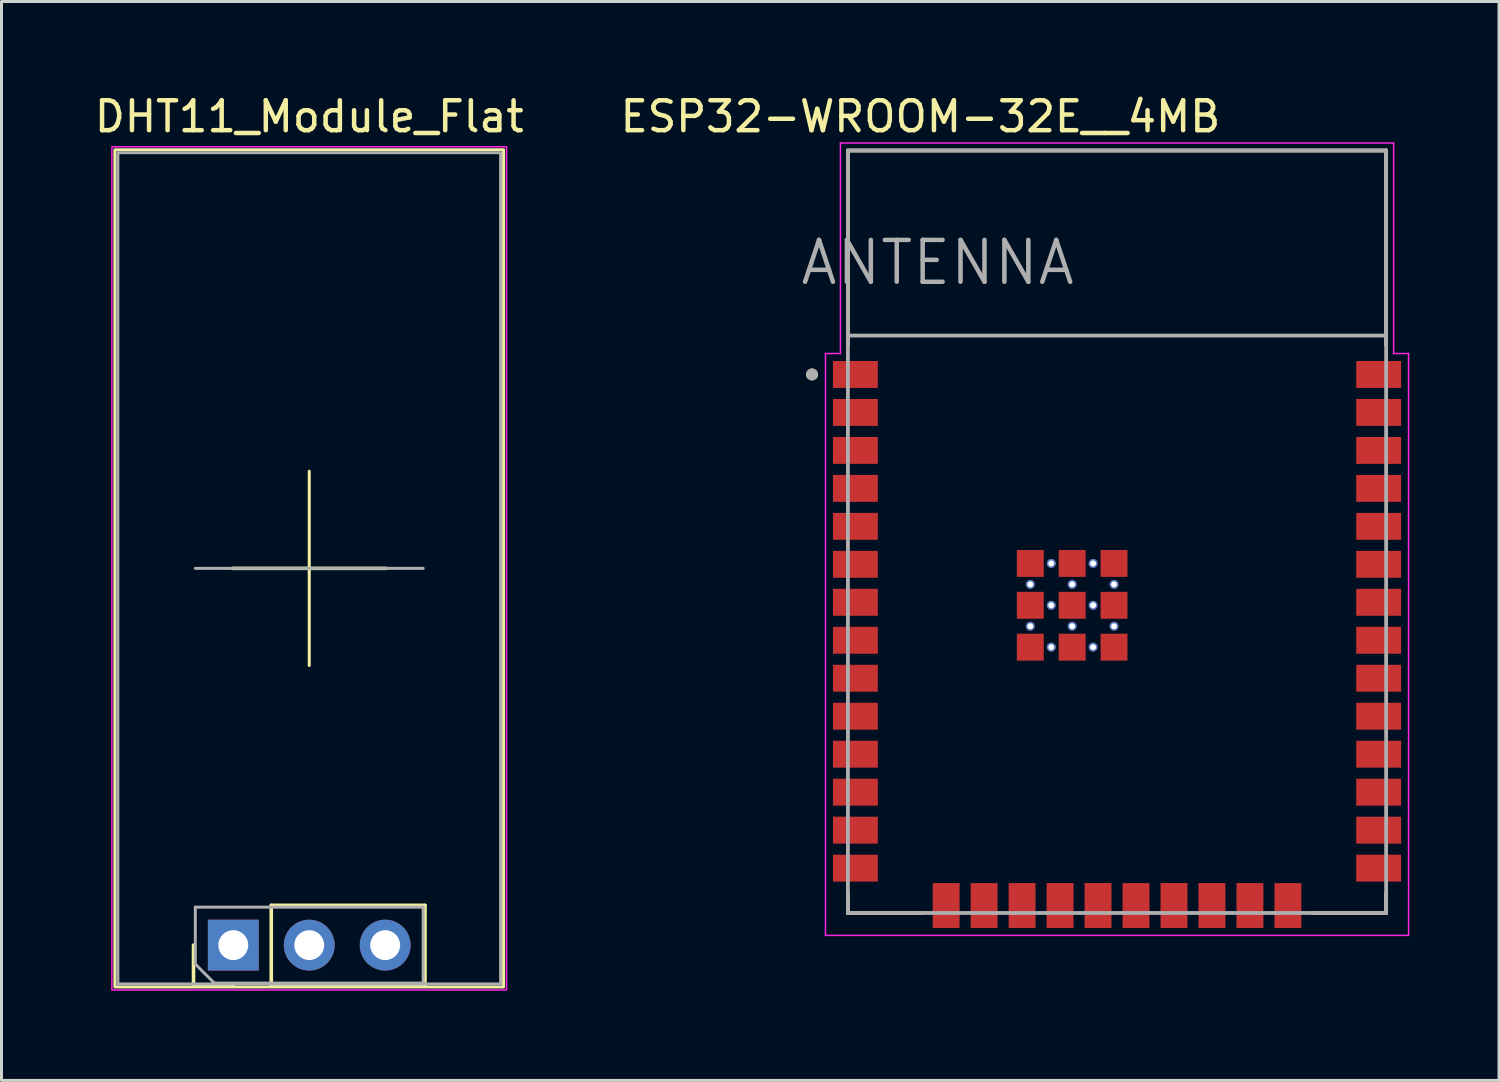
<source format=kicad_pcb>
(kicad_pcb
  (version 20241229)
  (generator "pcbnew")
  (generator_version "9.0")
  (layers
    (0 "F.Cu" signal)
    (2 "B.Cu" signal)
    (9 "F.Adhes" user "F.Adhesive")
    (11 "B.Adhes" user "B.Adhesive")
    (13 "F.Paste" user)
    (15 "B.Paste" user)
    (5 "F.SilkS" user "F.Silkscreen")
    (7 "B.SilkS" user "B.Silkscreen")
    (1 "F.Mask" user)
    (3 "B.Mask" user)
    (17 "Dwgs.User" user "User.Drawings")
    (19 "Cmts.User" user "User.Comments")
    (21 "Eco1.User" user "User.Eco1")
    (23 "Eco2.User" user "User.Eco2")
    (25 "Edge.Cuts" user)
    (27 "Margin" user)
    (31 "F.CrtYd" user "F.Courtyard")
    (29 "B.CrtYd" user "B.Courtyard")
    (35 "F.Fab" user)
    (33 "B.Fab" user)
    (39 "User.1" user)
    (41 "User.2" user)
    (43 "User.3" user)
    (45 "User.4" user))
  (footprint "ESP32-WROOM-32E__4MB"
    (layer "F.Cu")
    (at 34.307 14.733)
    (property "Reference" "ESP32-WROOM-32E__4MB" (at -6.575 -13.885 0) (layer "F.SilkS") (effects (font (size 1 1) (thickness 0.15))))
    (attr smd)
    (fp_line (start -9 -12.75) (end 9 -12.75) (stroke (width 0.127) (type solid)) (layer "F.SilkS"))
    (fp_line (start -9 -6.25) (end -9 -12.75) (stroke (width 0.127) (type solid)) (layer "F.SilkS"))
    (fp_line (start -9 12.1) (end -9 12.75) (stroke (width 0.127) (type solid)) (layer "F.SilkS"))
    (fp_line (start -9 12.75) (end -6.55 12.75) (stroke (width 0.127) (type solid)) (layer "F.SilkS"))
    (fp_line (start 6.55 12.75) (end 9 12.75) (stroke (width 0.127) (type solid)) (layer "F.SilkS"))
    (fp_line (start 9 -12.75) (end 9 -6.25) (stroke (width 0.127) (type solid)) (layer "F.SilkS"))
    (fp_line (start 9 12.75) (end 9 12.1) (stroke (width 0.127) (type solid)) (layer "F.SilkS"))
    (fp_circle (center -10.2 -5.26) (end -10.1 -5.26) (stroke (width 0.2) (type solid)) (fill no) (layer "F.SilkS"))
    (fp_line (start -9.75 -5.96) (end -9.25 -5.96) (stroke (width 0.05) (type solid)) (layer "F.CrtYd"))
    (fp_line (start -9.75 13.5) (end -9.75 -5.96) (stroke (width 0.05) (type solid)) (layer "F.CrtYd"))
    (fp_line (start -9.25 -13) (end 9.25 -13) (stroke (width 0.05) (type solid)) (layer "F.CrtYd"))
    (fp_line (start -9.25 -5.96) (end -9.25 -13) (stroke (width 0.05) (type solid)) (layer "F.CrtYd"))
    (fp_line (start 9.25 -13) (end 9.25 -5.96) (stroke (width 0.05) (type solid)) (layer "F.CrtYd"))
    (fp_line (start 9.25 -5.96) (end 9.75 -5.96) (stroke (width 0.05) (type solid)) (layer "F.CrtYd"))
    (fp_line (start 9.75 -5.96) (end 9.75 13.5) (stroke (width 0.05) (type solid)) (layer "F.CrtYd"))
    (fp_line (start 9.75 13.5) (end -9.75 13.5) (stroke (width 0.05) (type solid)) (layer "F.CrtYd"))
    (fp_line (start -9 -12.75) (end -9 -6.56) (stroke (width 0.127) (type solid)) (layer "F.Fab"))
    (fp_line (start -9 -12.75) (end 9 -12.75) (stroke (width 0.127) (type solid)) (layer "F.Fab"))
    (fp_line (start -9 -6.56) (end 9 -6.56) (stroke (width 0.127) (type solid)) (layer "F.Fab"))
    (fp_line (start -9 12.75) (end -9 -6.56) (stroke (width 0.127) (type solid)) (layer "F.Fab"))
    (fp_line (start 9 -12.75) (end 9 -6.56) (stroke (width 0.127) (type solid)) (layer "F.Fab"))
    (fp_line (start 9 -6.56) (end 9 12.75) (stroke (width 0.127) (type solid)) (layer "F.Fab"))
    (fp_line (start 9 12.75) (end -9 12.75) (stroke (width 0.127) (type solid)) (layer "F.Fab"))
    (fp_circle (center -10.2 -5.26) (end -10.1 -5.26) (stroke (width 0.2) (type solid)) (fill no) (layer "F.Fab"))
    (fp_text user "ANTENNA" (at -6 -9 0) (layer "F.Fab") (effects (font (size 1.4 1.4) (thickness 0.15))))
    (pad "1" smd rect (at -8.75 -5.26) (size 1.5 0.9) (layers "F.Cu" "F.Mask" "F.Paste"))
    (pad "2" smd rect (at -8.75 -3.99) (size 1.5 0.9) (layers "F.Cu" "F.Mask" "F.Paste"))
    (pad "3" smd rect (at -8.75 -2.72) (size 1.5 0.9) (layers "F.Cu" "F.Mask" "F.Paste"))
    (pad "4" smd rect (at -8.75 -1.45) (size 1.5 0.9) (layers "F.Cu" "F.Mask" "F.Paste"))
    (pad "5" smd rect (at -8.75 -0.18) (size 1.5 0.9) (layers "F.Cu" "F.Mask" "F.Paste"))
    (pad "6" smd rect (at -8.75 1.09) (size 1.5 0.9) (layers "F.Cu" "F.Mask" "F.Paste"))
    (pad "7" smd rect (at -8.75 2.36) (size 1.5 0.9) (layers "F.Cu" "F.Mask" "F.Paste"))
    (pad "8" smd rect (at -8.75 3.63) (size 1.5 0.9) (layers "F.Cu" "F.Mask" "F.Paste"))
    (pad "9" smd rect (at -8.75 4.9) (size 1.5 0.9) (layers "F.Cu" "F.Mask" "F.Paste"))
    (pad "10" smd rect (at -8.75 6.17) (size 1.5 0.9) (layers "F.Cu" "F.Mask" "F.Paste"))
    (pad "11" smd rect (at -8.75 7.44) (size 1.5 0.9) (layers "F.Cu" "F.Mask" "F.Paste"))
    (pad "12" smd rect (at -8.75 8.71) (size 1.5 0.9) (layers "F.Cu" "F.Mask" "F.Paste"))
    (pad "13" smd rect (at -8.75 9.98) (size 1.5 0.9) (layers "F.Cu" "F.Mask" "F.Paste"))
    (pad "14" smd rect (at -8.75 11.25) (size 1.5 0.9) (layers "F.Cu" "F.Mask" "F.Paste"))
    (pad "15" smd rect (at -5.715 12.5) (size 0.9 1.5) (layers "F.Cu" "F.Mask" "F.Paste"))
    (pad "16" smd rect (at -4.445 12.5) (size 0.9 1.5) (layers "F.Cu" "F.Mask" "F.Paste"))
    (pad "17" smd rect (at -3.175 12.5) (size 0.9 1.5) (layers "F.Cu" "F.Mask" "F.Paste"))
    (pad "18" smd rect (at -1.905 12.5) (size 0.9 1.5) (layers "F.Cu" "F.Mask" "F.Paste"))
    (pad "19" smd rect (at -0.635 12.5) (size 0.9 1.5) (layers "F.Cu" "F.Mask" "F.Paste"))
    (pad "20" smd rect (at 0.635 12.5) (size 0.9 1.5) (layers "F.Cu" "F.Mask" "F.Paste"))
    (pad "21" smd rect (at 1.905 12.5) (size 0.9 1.5) (layers "F.Cu" "F.Mask" "F.Paste"))
    (pad "22" smd rect (at 3.175 12.5) (size 0.9 1.5) (layers "F.Cu" "F.Mask" "F.Paste"))
    (pad "23" smd rect (at 4.445 12.5) (size 0.9 1.5) (layers "F.Cu" "F.Mask" "F.Paste"))
    (pad "24" smd rect (at 5.715 12.5) (size 0.9 1.5) (layers "F.Cu" "F.Mask" "F.Paste"))
    (pad "25" smd rect (at 8.75 11.25) (size 1.5 0.9) (layers "F.Cu" "F.Mask" "F.Paste"))
    (pad "26" smd rect (at 8.75 9.98) (size 1.5 0.9) (layers "F.Cu" "F.Mask" "F.Paste"))
    (pad "27" smd rect (at 8.75 8.71) (size 1.5 0.9) (layers "F.Cu" "F.Mask" "F.Paste"))
    (pad "28" smd rect (at 8.75 7.44) (size 1.5 0.9) (layers "F.Cu" "F.Mask" "F.Paste"))
    (pad "29" smd rect (at 8.75 6.17) (size 1.5 0.9) (layers "F.Cu" "F.Mask" "F.Paste"))
    (pad "30" smd rect (at 8.75 4.9) (size 1.5 0.9) (layers "F.Cu" "F.Mask" "F.Paste"))
    (pad "31" smd rect (at 8.75 3.63) (size 1.5 0.9) (layers "F.Cu" "F.Mask" "F.Paste"))
    (pad "32" smd rect (at 8.75 2.36) (size 1.5 0.9) (layers "F.Cu" "F.Mask" "F.Paste"))
    (pad "33" smd rect (at 8.75 1.09) (size 1.5 0.9) (layers "F.Cu" "F.Mask" "F.Paste"))
    (pad "34" smd rect (at 8.75 -0.18) (size 1.5 0.9) (layers "F.Cu" "F.Mask" "F.Paste"))
    (pad "35" smd rect (at 8.75 -1.45) (size 1.5 0.9) (layers "F.Cu" "F.Mask" "F.Paste"))
    (pad "36" smd rect (at 8.75 -2.72) (size 1.5 0.9) (layers "F.Cu" "F.Mask" "F.Paste"))
    (pad "37" smd rect (at 8.75 -3.99) (size 1.5 0.9) (layers "F.Cu" "F.Mask" "F.Paste"))
    (pad "38" smd rect (at 8.75 -5.26) (size 1.5 0.9) (layers "F.Cu" "F.Mask" "F.Paste"))
    (pad "39_1" smd rect (at -2.9 1.06) (size 0.9 0.9) (layers "F.Cu" "F.Mask" "F.Paste"))
    (pad "39_2" smd rect (at -1.5 1.06) (size 0.9 0.9) (layers "F.Cu" "F.Mask" "F.Paste"))
    (pad "39_3" smd rect (at -0.1 1.06) (size 0.9 0.9) (layers "F.Cu" "F.Mask" "F.Paste"))
    (pad "39_4" smd rect (at -2.9 2.46) (size 0.9 0.9) (layers "F.Cu" "F.Mask" "F.Paste"))
    (pad "39_5" smd rect (at -1.5 2.46) (size 0.9 0.9) (layers "F.Cu" "F.Mask" "F.Paste"))
    (pad "39_6" smd rect (at -0.1 2.46) (size 0.9 0.9) (layers "F.Cu" "F.Mask" "F.Paste"))
    (pad "39_7" smd rect (at -2.9 3.86) (size 0.9 0.9) (layers "F.Cu" "F.Mask" "F.Paste"))
    (pad "39_8" smd rect (at -1.5 3.86) (size 0.9 0.9) (layers "F.Cu" "F.Mask" "F.Paste"))
    (pad "39_9" smd rect (at -0.1 3.86) (size 0.9 0.9) (layers "F.Cu" "F.Mask" "F.Paste"))
    (pad "39_10" thru_hole circle (at -2.2 1.06) (size 0.3 0.3) (drill 0.2) (layers "*.Cu"))
    (pad "39_11" thru_hole circle (at -0.8 1.06) (size 0.3 0.3) (drill 0.2) (layers "*.Cu"))
    (pad "39_12" thru_hole circle (at -2.9 1.76) (size 0.3 0.3) (drill 0.2) (layers "*.Cu"))
    (pad "39_13" thru_hole circle (at -1.5 1.76) (size 0.3 0.3) (drill 0.2) (layers "*.Cu"))
    (pad "39_14" thru_hole circle (at -0.1 1.76) (size 0.3 0.3) (drill 0.2) (layers "*.Cu"))
    (pad "39_15" thru_hole circle (at -2.2 2.46) (size 0.3 0.3) (drill 0.2) (layers "*.Cu"))
    (pad "39_16" thru_hole circle (at -0.8 2.46) (size 0.3 0.3) (drill 0.2) (layers "*.Cu"))
    (pad "39_17" thru_hole circle (at -2.9 3.16) (size 0.3 0.3) (drill 0.2) (layers "*.Cu"))
    (pad "39_18" thru_hole circle (at -1.5 3.16) (size 0.3 0.3) (drill 0.2) (layers "*.Cu"))
    (pad "39_19" thru_hole circle (at -0.1 3.16) (size 0.3 0.3) (drill 0.2) (layers "*.Cu"))
    (pad "39_20" thru_hole circle (at -2.2 3.86) (size 0.3 0.3) (drill 0.2) (layers "*.Cu"))
    (pad "39_21" thru_hole circle (at -0.8 3.86) (size 0.3 0.3) (drill 0.2) (layers "*.Cu"))
    (zone (net_name "") (layer "F.Cu") (hatch full 0.508) (connect_pads) (min_thickness 0.01) (filled_areas_thickness no) (keepout (tracks not_allowed) (vias not_allowed) (pads not_allowed) (copperpour not_allowed) (footprints allowed)) (placement (enabled no)) (fill) (polygon (pts (xy 25.307 1.983) (xy 43.307 1.983) (xy 43.307 8.173) (xy 25.307 8.173))))
    (zone (net_name "") (layers "F.Cu" "B.Cu") (hatch full 0.508) (connect_pads) (min_thickness 0.01) (filled_areas_thickness no) (keepout (tracks allowed) (vias not_allowed) (pads allowed) (copperpour allowed) (footprints allowed)) (placement (enabled no)) (fill) (polygon (pts (xy 25.307 1.983) (xy 43.307 1.983) (xy 43.307 8.173) (xy 25.307 8.173)))))
  (footprint "DHT11_Module_Flat"
    (layer "F.Cu")
    (at 7.417 15.558)
    (property "Reference" "DHT11_Module_Flat" (at -0.125 -14.71 0) (unlocked yes) (layer "F.SilkS") (effects (font (size 1 1) (thickness 0.15))))
    (attr through_hole)
    (fp_line (start -3.995 14.33) (end -3.995 13) (stroke (width 0.12) (type solid)) (layer "F.SilkS"))
    (fp_line (start -2.695 0.4) (end 2.445 0.4) (stroke (width 0.12) (type solid)) (layer "F.SilkS"))
    (fp_line (start -2.665 14.33) (end -3.995 14.33) (stroke (width 0.12) (type solid)) (layer "F.SilkS"))
    (fp_line (start -1.395 11.67) (end 3.745 11.67) (stroke (width 0.12) (type solid)) (layer "F.SilkS"))
    (fp_line (start -1.395 14.33) (end -1.395 11.67) (stroke (width 0.12) (type solid)) (layer "F.SilkS"))
    (fp_line (start -1.395 14.33) (end 3.745 14.33) (stroke (width 0.12) (type solid)) (layer "F.SilkS"))
    (fp_line (start -0.125 -2.85) (end -0.125 3.65) (stroke (width 0.1) (type default)) (layer "F.SilkS"))
    (fp_line (start 3.745 14.33) (end 3.745 11.67) (stroke (width 0.12) (type solid)) (layer "F.SilkS"))
    (fp_rect (start -6.625 -13.6) (end 6.375 14.4) (stroke (width 0.1) (type default)) (fill no) (layer "F.SilkS"))
    (fp_rect (start -6.725 -13.7) (end 6.475 14.5) (stroke (width 0.05) (type default)) (fill no) (layer "F.CrtYd"))
    (fp_line (start -3.935 0.4) (end 3.685 0.4) (stroke (width 0.1) (type solid)) (layer "F.Fab"))
    (fp_line (start -3.935 11.73) (end 3.685 11.73) (stroke (width 0.1) (type solid)) (layer "F.Fab"))
    (fp_line (start -3.935 13.635) (end -3.935 11.73) (stroke (width 0.1) (type solid)) (layer "F.Fab"))
    (fp_line (start -3.3 14.27) (end -3.935 13.635) (stroke (width 0.1) (type solid)) (layer "F.Fab"))
    (fp_line (start 3.685 11.73) (end 3.685 14.27) (stroke (width 0.1) (type solid)) (layer "F.Fab"))
    (fp_line (start 3.685 14.27) (end -3.3 14.27) (stroke (width 0.1) (type solid)) (layer "F.Fab"))
    (fp_rect (start -6.525 -13.5) (end 6.275 14.3) (stroke (width 0.1) (type default)) (fill no) (layer "F.Fab"))
    (pad "1" thru_hole rect (at -2.665 13 90) (size 1.7 1.7) (drill 1) (layers "*.Cu" "*.Mask"))
    (pad "2" thru_hole oval (at -0.125 13 90) (size 1.7 1.7) (drill 1) (layers "*.Cu" "*.Mask"))
    (pad "3" thru_hole oval (at 2.415 13 90) (size 1.7 1.7) (drill 1) (layers "*.Cu" "*.Mask")))
  (gr_rect
    (start -3 -3)
    (end 47.082 33.083)
    (stroke (width 0.1) (type default))
    (fill no)
    (layer "Edge.Cuts")))
</source>
